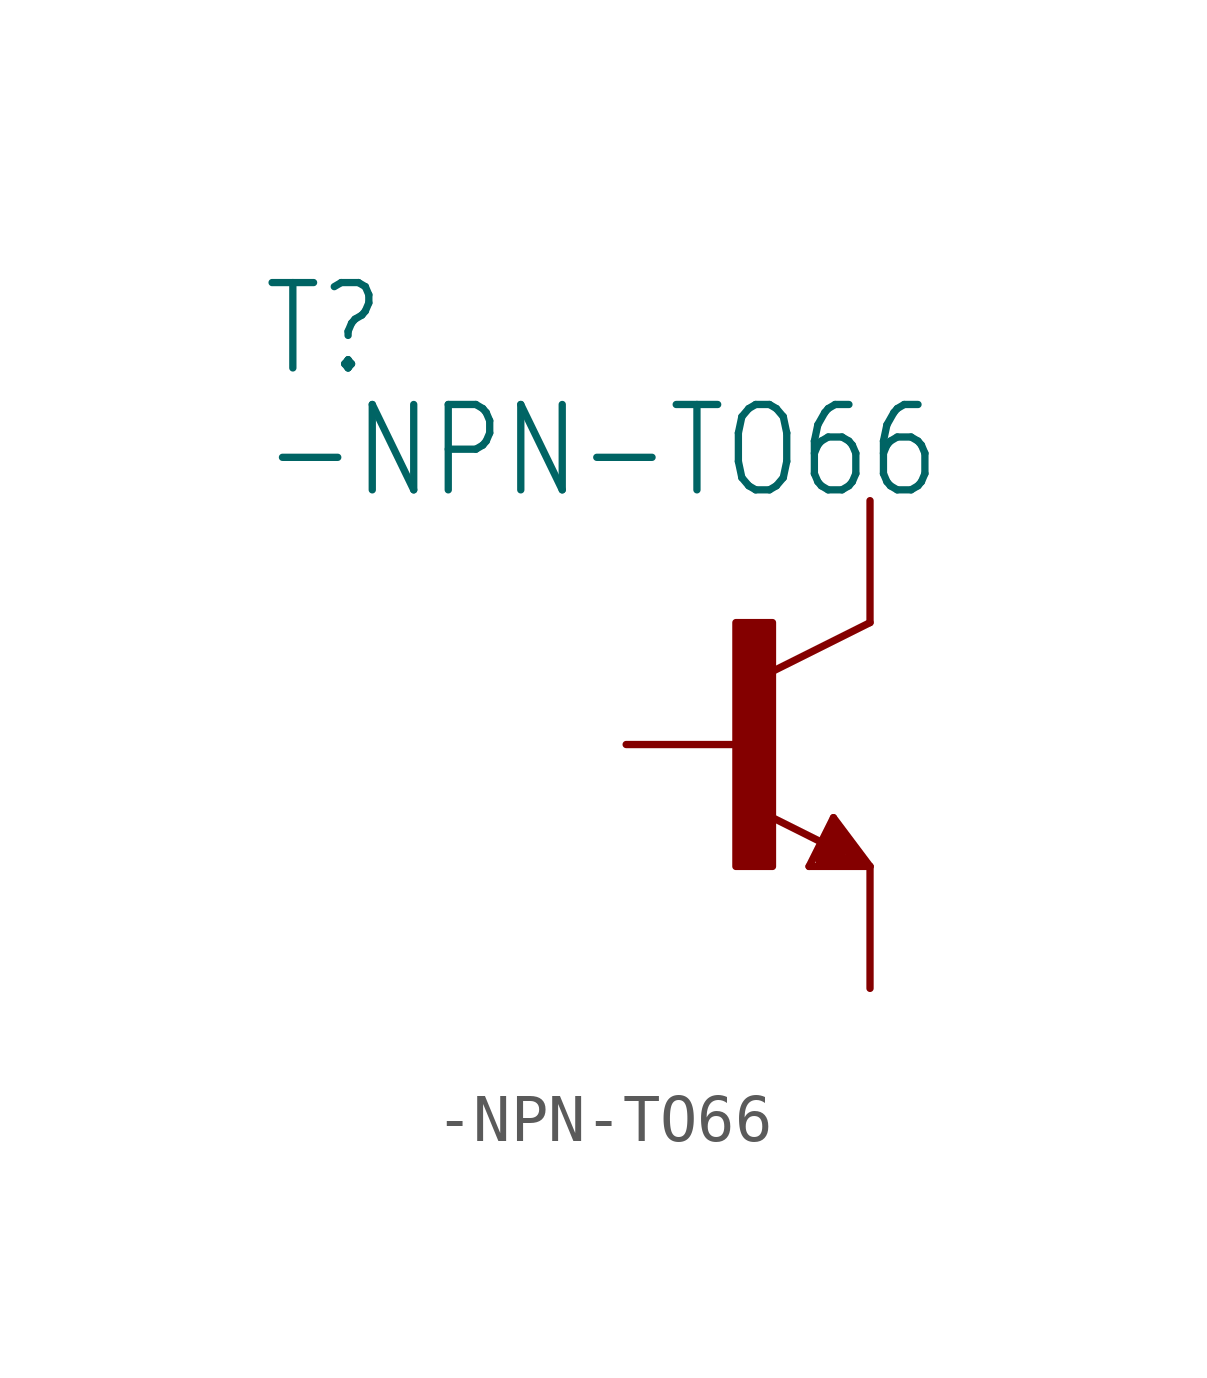
<source format=kicad_sym>
(kicad_symbol_lib
  (version 20211014)
  (generator kicad_symbol_editor)
  (symbol "-NPN-TO66"
    (property "Reference" "T"
      (at -10.16 7.62 0)
      (effects (font (size 1.778 1.511)) (justify left bottom)))
    (property "Value" "-NPN-TO66"
      (at -10.16 5.08 0)
      (effects (font (size 1.778 1.511)) (justify left bottom)))
    (property "ki_locked" ""
      (at 0 0 0)
      (effects (font (size 1.27 1.27))))
    (symbol "-NPN-TO66_1_0"
      (rectangle (start -0.254 -2.54) (end 0.508 2.54) (stroke (width 0) (type default) (color 0 0 0 0)) (fill (type outline)))
      (polyline (pts (xy 1.27 -2.54) (xy 1.778 -1.524)) (stroke (width 0.152) (type default) (color 0 0 0 0)) (fill (type none)))
      (polyline (pts (xy 1.524 -2.413) (xy 2.286 -2.413)) (stroke (width 0.254) (type default) (color 0 0 0 0)) (fill (type none)))
      (polyline (pts (xy 1.524 -2.286) (xy 1.905 -2.286)) (stroke (width 0.254) (type default) (color 0 0 0 0)) (fill (type none)))
      (polyline (pts (xy 1.54 -2.04) (xy 0.308 -1.424)) (stroke (width 0.152) (type default) (color 0 0 0 0)) (fill (type none)))
      (polyline (pts (xy 1.778 -1.778) (xy 1.524 -2.286)) (stroke (width 0.254) (type default) (color 0 0 0 0)) (fill (type none)))
      (polyline (pts (xy 1.778 -1.524) (xy 2.54 -2.54)) (stroke (width 0.152) (type default) (color 0 0 0 0)) (fill (type none)))
      (polyline (pts (xy 1.905 -2.286) (xy 1.778 -2.032)) (stroke (width 0.254) (type default) (color 0 0 0 0)) (fill (type none)))
      (polyline (pts (xy 2.286 -2.413) (xy 1.778 -1.778)) (stroke (width 0.254) (type default) (color 0 0 0 0)) (fill (type none)))
      (polyline (pts (xy 2.54 -2.54) (xy 1.27 -2.54)) (stroke (width 0.152) (type default) (color 0 0 0 0)) (fill (type none)))
      (polyline (pts (xy 2.54 2.54) (xy 0.508 1.524)) (stroke (width 0.152) (type default) (color 0 0 0 0)) (fill (type none)))
      (pin passive line (at 2.54 -5.08 90) (length 2.54) (name "E" (effects (font (size 0 0)))) (number "1" (effects (font (size 0 0)))))
      (pin passive line (at -2.54 0 0) (length 2.54) (name "B" (effects (font (size 0 0)))) (number "2" (effects (font (size 0 0)))))
      (pin passive line (at 2.54 5.08 270) (length 2.54) (name "C" (effects (font (size 0 0)))) (number "3" (effects (font (size 0 0))))))))
</source>
